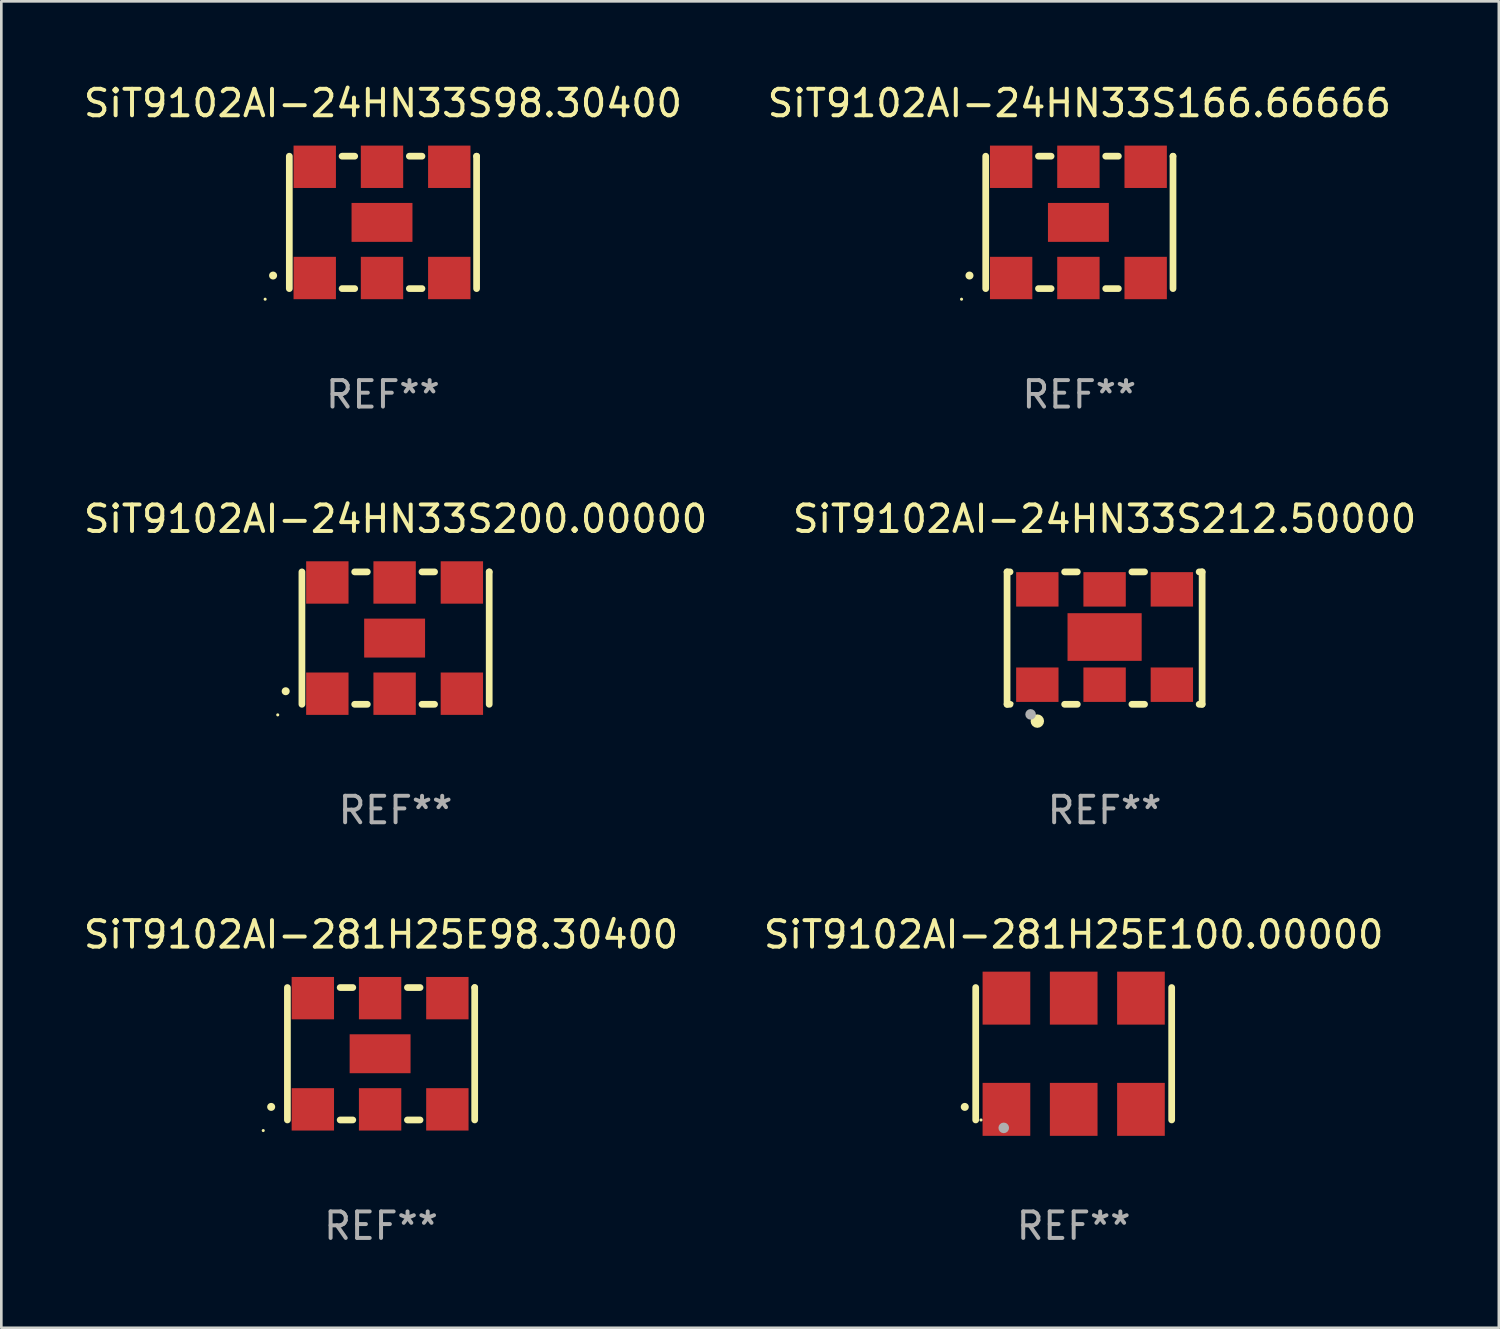
<source format=kicad_pcb>
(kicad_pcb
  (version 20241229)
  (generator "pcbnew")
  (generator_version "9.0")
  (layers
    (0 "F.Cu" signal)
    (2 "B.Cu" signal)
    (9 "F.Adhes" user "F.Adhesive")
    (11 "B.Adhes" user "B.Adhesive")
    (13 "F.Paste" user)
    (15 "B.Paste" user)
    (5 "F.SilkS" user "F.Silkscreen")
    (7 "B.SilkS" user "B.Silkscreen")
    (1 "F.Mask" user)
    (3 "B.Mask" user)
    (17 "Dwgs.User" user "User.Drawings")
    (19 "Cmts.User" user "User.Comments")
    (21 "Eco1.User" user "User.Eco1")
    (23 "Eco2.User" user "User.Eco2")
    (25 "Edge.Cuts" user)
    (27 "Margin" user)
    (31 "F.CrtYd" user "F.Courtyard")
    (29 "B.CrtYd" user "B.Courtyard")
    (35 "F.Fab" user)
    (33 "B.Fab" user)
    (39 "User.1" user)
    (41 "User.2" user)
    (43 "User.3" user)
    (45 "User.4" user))
  (footprint "SiT9102AI-24HN33S212.50000"
    (layer "F.Cu")
    (at 38.661 21.045)
    (property "Reference" "SiT9102AI-24HN33S212.50000" (at 0 -4.5 0) (layer "F.SilkS") (effects (font (size 1 1) (thickness 0.15))))
    (attr through_hole)
    (fp_line (start -3.683 -2.5) (end -3.571 -2.5) (stroke (width 0.254) (type solid)) (layer "F.SilkS"))
    (fp_line (start -3.683 2.5) (end -3.683 -2.5) (stroke (width 0.254) (type solid)) (layer "F.SilkS"))
    (fp_line (start -3.683 2.5) (end -3.571 2.5) (stroke (width 0.254) (type solid)) (layer "F.SilkS"))
    (fp_line (start -1.509 -2.5) (end -1.031 -2.5) (stroke (width 0.254) (type solid)) (layer "F.SilkS"))
    (fp_line (start -1.509 2.5) (end -1.031 2.5) (stroke (width 0.254) (type solid)) (layer "F.SilkS"))
    (fp_line (start 1.031 -2.5) (end 1.509 -2.5) (stroke (width 0.254) (type solid)) (layer "F.SilkS"))
    (fp_line (start 1.031 2.5) (end 1.509 2.5) (stroke (width 0.254) (type solid)) (layer "F.SilkS"))
    (fp_line (start 3.571 -2.5) (end 3.683 -2.5) (stroke (width 0.254) (type solid)) (layer "F.SilkS"))
    (fp_line (start 3.571 2.5) (end 3.683 2.5) (stroke (width 0.254) (type solid)) (layer "F.SilkS"))
    (fp_line (start 3.683 2.5) (end 3.683 -2.5) (stroke (width 0.254) (type solid)) (layer "F.SilkS"))
    (fp_circle (center -3.5 2.46) (end -3.47 2.46) (stroke (width 0.06) (type solid)) (fill no) (layer "F.SilkS"))
    (fp_circle (center -2.54 3.135) (end -2.413 3.135) (stroke (width 0.254) (type solid)) (fill no) (layer "F.SilkS"))
    (fp_circle (center -2.794 2.881) (end -2.694 2.881) (stroke (width 0.2) (type solid)) (fill no) (layer "F.Fab"))
    (fp_text user "REF**" (at 0 6.5 0) (layer "F.Fab") (effects (font (size 1 1) (thickness 0.15))))
    (pad "1" smd rect (at -2.54 1.76) (size 1.6 1.3) (layers "F.Cu" "F.Mask" "F.Paste"))
    (pad "2" smd rect (at 0 1.76) (size 1.6 1.3) (layers "F.Cu" "F.Mask" "F.Paste"))
    (pad "3" smd rect (at 2.54 1.76) (size 1.6 1.3) (layers "F.Cu" "F.Mask" "F.Paste"))
    (pad "4" smd rect (at 2.54 -1.84) (size 1.6 1.3) (layers "F.Cu" "F.Mask" "F.Paste"))
    (pad "5" smd rect (at 0 -1.84) (size 1.6 1.3) (layers "F.Cu" "F.Mask" "F.Paste"))
    (pad "6" smd rect (at -2.54 -1.84) (size 1.6 1.3) (layers "F.Cu" "F.Mask" "F.Paste"))
    (pad "7" smd rect (at 0 -0.04) (size 2.8 1.8) (layers "F.Cu" "F.Mask" "F.Paste")))
  (footprint "SiT9102AI-281H25E98.30400"
    (layer "F.Cu")
    (at 11.339 36.741)
    (property "Reference" "SiT9102AI-281H25E98.30400" (at 0 -4.5 0) (layer "F.SilkS") (effects (font (size 1 1) (thickness 0.15))))
    (attr through_hole)
    (fp_line (start -3.536 -2.5) (end -3.536 2.5) (stroke (width 0.254) (type solid)) (layer "F.SilkS"))
    (fp_line (start -1.544 2.5) (end -1.067 2.5) (stroke (width 0.254) (type solid)) (layer "F.SilkS"))
    (fp_line (start -1.067 -2.5) (end -1.544 -2.5) (stroke (width 0.254) (type solid)) (layer "F.SilkS"))
    (fp_line (start 0.996 2.5) (end 1.473 2.5) (stroke (width 0.254) (type solid)) (layer "F.SilkS"))
    (fp_line (start 1.473 -2.5) (end 0.996 -2.5) (stroke (width 0.254) (type solid)) (layer "F.SilkS"))
    (fp_line (start 3.536 -2.5) (end 3.536 -2.5) (stroke (width 0.254) (type solid)) (layer "F.SilkS"))
    (fp_line (start 3.536 2.5) (end 3.536 -2.5) (stroke (width 0.254) (type solid)) (layer "F.SilkS"))
    (fp_arc (start -4.150432 2.006604) (mid -4.149162 2.006599) (end -4.147892 2.006604) (stroke (width 0.3) (type solid)) (layer "F.SilkS"))
    (fp_circle (center -4.449 2.9) (end -4.419 2.9) (stroke (width 0.06) (type solid)) (fill no) (layer "F.SilkS"))
    (fp_text user "REF**" (at 0 6.5 0) (layer "F.Fab") (effects (font (size 1 1) (thickness 0.15))))
    (pad "1" smd rect (at -2.576 2.1) (size 1.6 1.6) (layers "F.Cu" "F.Mask" "F.Paste"))
    (pad "2" smd rect (at -0.036 2.1) (size 1.6 1.6) (layers "F.Cu" "F.Mask" "F.Paste"))
    (pad "3" smd rect (at 2.504 2.1) (size 1.6 1.6) (layers "F.Cu" "F.Mask" "F.Paste"))
    (pad "4" smd rect (at 2.504 -2.1) (size 1.6 1.6) (layers "F.Cu" "F.Mask" "F.Paste"))
    (pad "5" smd rect (at -0.036 -2.1) (size 1.6 1.6) (layers "F.Cu" "F.Mask" "F.Paste"))
    (pad "6" smd rect (at -2.576 -2.1) (size 1.6 1.6) (layers "F.Cu" "F.Mask" "F.Paste"))
    (pad "7" smd rect (at -0.036 0) (size 2.3 1.47) (layers "F.Cu" "F.Mask" "F.Paste")))
  (footprint "SiT9102AI-24HN33S200.00000"
    (layer "F.Cu")
    (at 11.887 21.045)
    (property "Reference" "SiT9102AI-24HN33S200.00000" (at 0 -4.5 0) (layer "F.SilkS") (effects (font (size 1 1) (thickness 0.15))))
    (attr through_hole)
    (fp_line (start -3.536 -2.5) (end -3.536 2.5) (stroke (width 0.254) (type solid)) (layer "F.SilkS"))
    (fp_line (start -1.544 2.5) (end -1.067 2.5) (stroke (width 0.254) (type solid)) (layer "F.SilkS"))
    (fp_line (start -1.067 -2.5) (end -1.544 -2.5) (stroke (width 0.254) (type solid)) (layer "F.SilkS"))
    (fp_line (start 0.996 2.5) (end 1.473 2.5) (stroke (width 0.254) (type solid)) (layer "F.SilkS"))
    (fp_line (start 1.473 -2.5) (end 0.996 -2.5) (stroke (width 0.254) (type solid)) (layer "F.SilkS"))
    (fp_line (start 3.536 -2.5) (end 3.536 -2.5) (stroke (width 0.254) (type solid)) (layer "F.SilkS"))
    (fp_line (start 3.536 2.5) (end 3.536 -2.5) (stroke (width 0.254) (type solid)) (layer "F.SilkS"))
    (fp_arc (start -4.150432 2.006604) (mid -4.149162 2.006599) (end -4.147892 2.006604) (stroke (width 0.3) (type solid)) (layer "F.SilkS"))
    (fp_circle (center -4.449 2.9) (end -4.419 2.9) (stroke (width 0.06) (type solid)) (fill no) (layer "F.SilkS"))
    (fp_text user "REF**" (at 0 6.5 0) (layer "F.Fab") (effects (font (size 1 1) (thickness 0.15))))
    (pad "1" smd rect (at -2.576 2.1) (size 1.6 1.6) (layers "F.Cu" "F.Mask" "F.Paste"))
    (pad "2" smd rect (at -0.036 2.1) (size 1.6 1.6) (layers "F.Cu" "F.Mask" "F.Paste"))
    (pad "3" smd rect (at 2.504 2.1) (size 1.6 1.6) (layers "F.Cu" "F.Mask" "F.Paste"))
    (pad "4" smd rect (at 2.504 -2.1) (size 1.6 1.6) (layers "F.Cu" "F.Mask" "F.Paste"))
    (pad "5" smd rect (at -0.036 -2.1) (size 1.6 1.6) (layers "F.Cu" "F.Mask" "F.Paste"))
    (pad "6" smd rect (at -2.576 -2.1) (size 1.6 1.6) (layers "F.Cu" "F.Mask" "F.Paste"))
    (pad "7" smd rect (at -0.036 0) (size 2.3 1.47) (layers "F.Cu" "F.Mask" "F.Paste")))
  (footprint "SiT9102AI-24HN33S166.66666"
    (layer "F.Cu")
    (at 37.708 5.348)
    (property "Reference" "SiT9102AI-24HN33S166.66666" (at 0 -4.5 0) (layer "F.SilkS") (effects (font (size 1 1) (thickness 0.15))))
    (attr through_hole)
    (fp_line (start -3.536 -2.5) (end -3.536 2.5) (stroke (width 0.254) (type solid)) (layer "F.SilkS"))
    (fp_line (start -1.544 2.5) (end -1.067 2.5) (stroke (width 0.254) (type solid)) (layer "F.SilkS"))
    (fp_line (start -1.067 -2.5) (end -1.544 -2.5) (stroke (width 0.254) (type solid)) (layer "F.SilkS"))
    (fp_line (start 0.996 2.5) (end 1.473 2.5) (stroke (width 0.254) (type solid)) (layer "F.SilkS"))
    (fp_line (start 1.473 -2.5) (end 0.996 -2.5) (stroke (width 0.254) (type solid)) (layer "F.SilkS"))
    (fp_line (start 3.536 -2.5) (end 3.536 -2.5) (stroke (width 0.254) (type solid)) (layer "F.SilkS"))
    (fp_line (start 3.536 2.5) (end 3.536 -2.5) (stroke (width 0.254) (type solid)) (layer "F.SilkS"))
    (fp_arc (start -4.150432 2.006604) (mid -4.149162 2.006599) (end -4.147892 2.006604) (stroke (width 0.3) (type solid)) (layer "F.SilkS"))
    (fp_circle (center -4.449 2.9) (end -4.419 2.9) (stroke (width 0.06) (type solid)) (fill no) (layer "F.SilkS"))
    (fp_text user "REF**" (at 0 6.5 0) (layer "F.Fab") (effects (font (size 1 1) (thickness 0.15))))
    (pad "1" smd rect (at -2.576 2.1) (size 1.6 1.6) (layers "F.Cu" "F.Mask" "F.Paste"))
    (pad "2" smd rect (at -0.036 2.1) (size 1.6 1.6) (layers "F.Cu" "F.Mask" "F.Paste"))
    (pad "3" smd rect (at 2.504 2.1) (size 1.6 1.6) (layers "F.Cu" "F.Mask" "F.Paste"))
    (pad "4" smd rect (at 2.504 -2.1) (size 1.6 1.6) (layers "F.Cu" "F.Mask" "F.Paste"))
    (pad "5" smd rect (at -0.036 -2.1) (size 1.6 1.6) (layers "F.Cu" "F.Mask" "F.Paste"))
    (pad "6" smd rect (at -2.576 -2.1) (size 1.6 1.6) (layers "F.Cu" "F.Mask" "F.Paste"))
    (pad "7" smd rect (at -0.036 0) (size 2.3 1.47) (layers "F.Cu" "F.Mask" "F.Paste")))
  (footprint "SiT9102AI-24HN33S98.30400"
    (layer "F.Cu")
    (at 11.411 5.348)
    (property "Reference" "SiT9102AI-24HN33S98.30400" (at 0 -4.5 0) (layer "F.SilkS") (effects (font (size 1 1) (thickness 0.15))))
    (attr through_hole)
    (fp_line (start -3.536 -2.5) (end -3.536 2.5) (stroke (width 0.254) (type solid)) (layer "F.SilkS"))
    (fp_line (start -1.544 2.5) (end -1.067 2.5) (stroke (width 0.254) (type solid)) (layer "F.SilkS"))
    (fp_line (start -1.067 -2.5) (end -1.544 -2.5) (stroke (width 0.254) (type solid)) (layer "F.SilkS"))
    (fp_line (start 0.996 2.5) (end 1.473 2.5) (stroke (width 0.254) (type solid)) (layer "F.SilkS"))
    (fp_line (start 1.473 -2.5) (end 0.996 -2.5) (stroke (width 0.254) (type solid)) (layer "F.SilkS"))
    (fp_line (start 3.536 -2.5) (end 3.536 -2.5) (stroke (width 0.254) (type solid)) (layer "F.SilkS"))
    (fp_line (start 3.536 2.5) (end 3.536 -2.5) (stroke (width 0.254) (type solid)) (layer "F.SilkS"))
    (fp_arc (start -4.150432 2.006604) (mid -4.149162 2.006599) (end -4.147892 2.006604) (stroke (width 0.3) (type solid)) (layer "F.SilkS"))
    (fp_circle (center -4.449 2.9) (end -4.419 2.9) (stroke (width 0.06) (type solid)) (fill no) (layer "F.SilkS"))
    (fp_text user "REF**" (at 0 6.5 0) (layer "F.Fab") (effects (font (size 1 1) (thickness 0.15))))
    (pad "1" smd rect (at -2.576 2.1) (size 1.6 1.6) (layers "F.Cu" "F.Mask" "F.Paste"))
    (pad "2" smd rect (at -0.036 2.1) (size 1.6 1.6) (layers "F.Cu" "F.Mask" "F.Paste"))
    (pad "3" smd rect (at 2.504 2.1) (size 1.6 1.6) (layers "F.Cu" "F.Mask" "F.Paste"))
    (pad "4" smd rect (at 2.504 -2.1) (size 1.6 1.6) (layers "F.Cu" "F.Mask" "F.Paste"))
    (pad "5" smd rect (at -0.036 -2.1) (size 1.6 1.6) (layers "F.Cu" "F.Mask" "F.Paste"))
    (pad "6" smd rect (at -2.576 -2.1) (size 1.6 1.6) (layers "F.Cu" "F.Mask" "F.Paste"))
    (pad "7" smd rect (at -0.036 0) (size 2.3 1.47) (layers "F.Cu" "F.Mask" "F.Paste")))
  (footprint "SiT9102AI-281H25E100.00000"
    (layer "F.Cu")
    (at 37.494 36.741)
    (property "Reference" "SiT9102AI-281H25E100.00000" (at 0 -4.5 0) (layer "F.SilkS") (effects (font (size 1 1) (thickness 0.15))))
    (attr through_hole)
    (fp_line (start -3.7 -2.5) (end -3.7 2.5) (stroke (width 0.254) (type solid)) (layer "F.SilkS"))
    (fp_line (start 3.7 -2.5) (end 3.7 2.5) (stroke (width 0.254) (type solid)) (layer "F.SilkS"))
    (fp_arc (start -4.114415 2.006604) (mid -4.113145 2.006599) (end -4.111875 2.006604) (stroke (width 0.3) (type solid)) (layer "F.SilkS"))
    (fp_circle (center -3.5 2.501) (end -3.47 2.501) (stroke (width 0.06) (type solid)) (fill no) (layer "F.SilkS"))
    (fp_circle (center -2.641 2.799) (end -2.541 2.799) (stroke (width 0.2) (type solid)) (fill no) (layer "F.Fab"))
    (fp_text user "REF**" (at 0 6.5 0) (layer "F.Fab") (effects (font (size 1 1) (thickness 0.15))))
    (pad "1" smd rect (at -2.54 2.1) (size 1.8 2) (layers "F.Cu" "F.Mask" "F.Paste"))
    (pad "2" smd rect (at 0.000394 2.1) (size 1.8 2) (layers "F.Cu" "F.Mask" "F.Paste"))
    (pad "3" smd rect (at 2.54 2.1) (size 1.8 2) (layers "F.Cu" "F.Mask" "F.Paste"))
    (pad "4" smd rect (at 2.54 -2.1) (size 1.8 2) (layers "F.Cu" "F.Mask" "F.Paste"))
    (pad "5" smd rect (at 0.000394 -2.1) (size 1.8 2) (layers "F.Cu" "F.Mask" "F.Paste"))
    (pad "6" smd rect (at -2.54 -2.1) (size 1.8 2) (layers "F.Cu" "F.Mask" "F.Paste")))
  (gr_rect
    (start -3 -3)
    (end 53.548 47.09)
    (stroke (width 0.1) (type default))
    (fill no)
    (layer "Edge.Cuts")))
</source>
